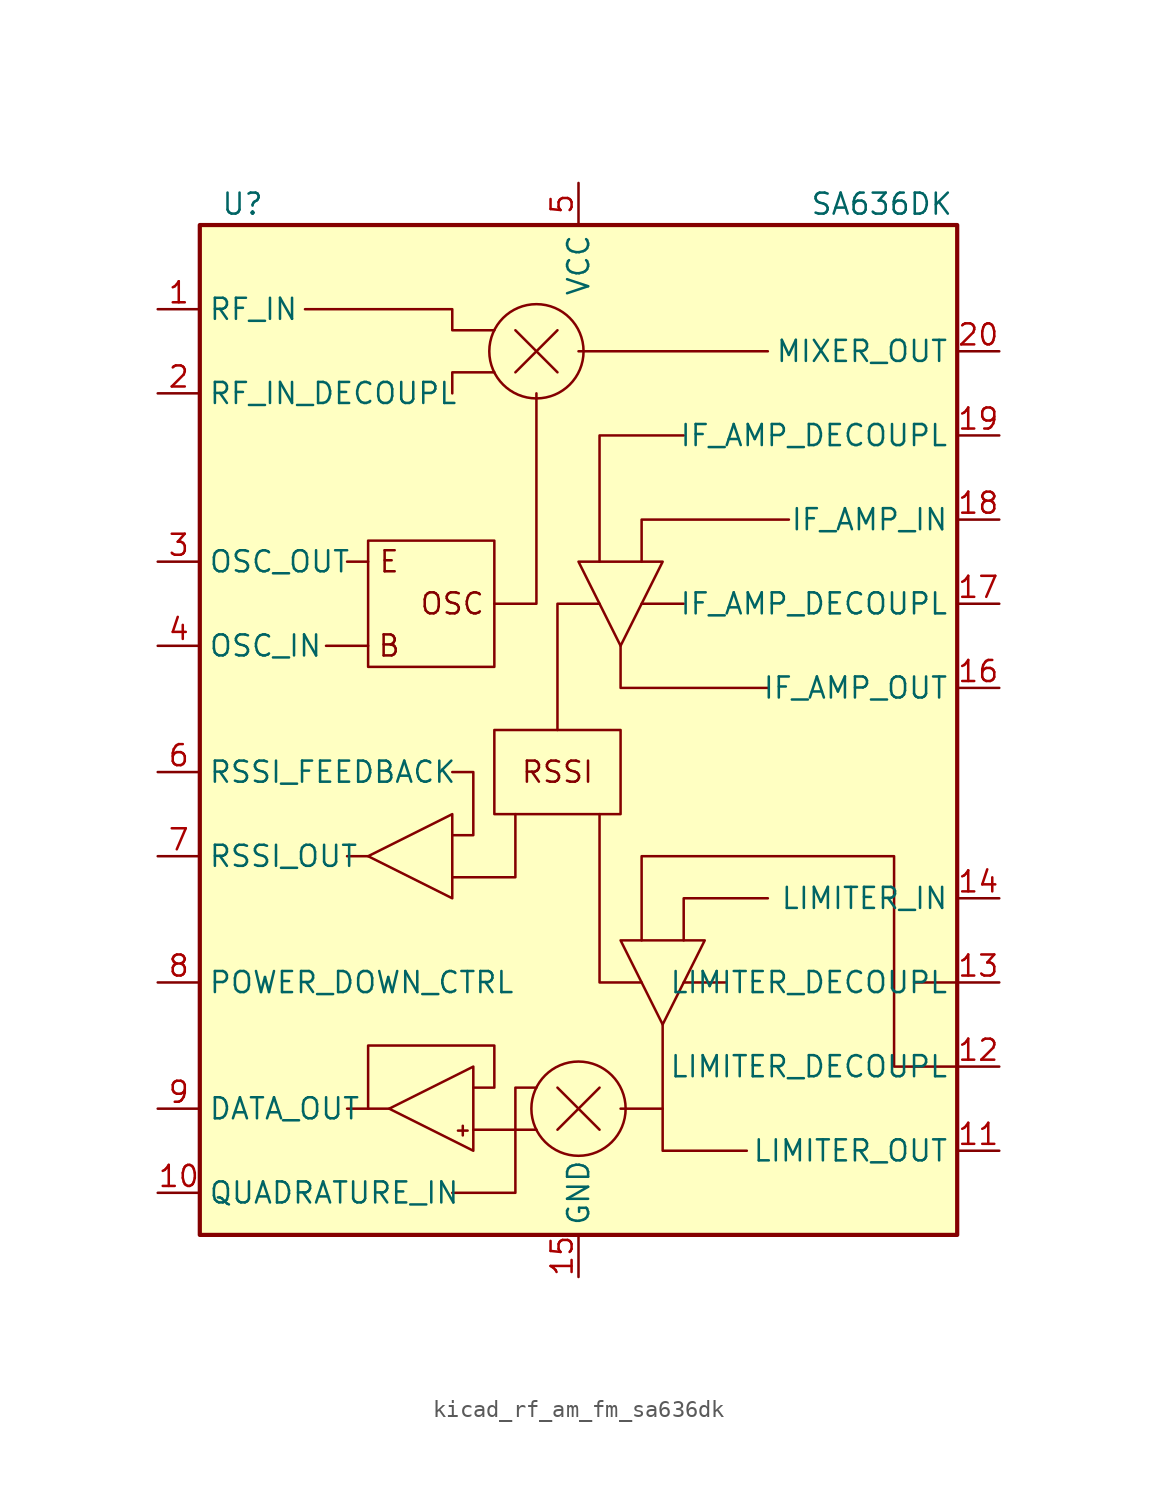
<source format=kicad_sym>
(kicad_symbol_lib
  (version 20220914)
  (generator kicad_symbol_editor)
  (symbol "kicad_rf_am_fm_sa636dk"
    (property "Reference" "U"
      (at -21.59 31.75 0)
      (effects (font (size 1.27 1.27)) (justify left)))
    (property "Value" "SA636DK"
      (at 13.97 31.75 0)
      (effects (font (size 1.27 1.27)) (justify left)))
    (symbol "kicad_rf_am_fm_sa636dk_0_0"
      (rectangle (start -12.7 11.43) (end -5.08 3.81) (stroke (width 0) (type default)) (fill (type none)))
      (rectangle (start -5.08 0) (end 2.54 -5.08) (stroke (width 0) (type default)) (fill (type none)))
      (polyline (pts (xy -15.24 5.08) (xy -12.7 5.08)) (stroke (width 0) (type default)) (fill (type none)))
      (polyline (pts (xy -13.97 -22.86) (xy -12.7 -22.86)) (stroke (width 0) (type default)) (fill (type none)))
      (polyline (pts (xy -13.97 -7.62) (xy -12.7 -7.62)) (stroke (width 0) (type default)) (fill (type none)))
      (polyline (pts (xy -13.97 10.16) (xy -12.7 10.16)) (stroke (width 0) (type default)) (fill (type none)))
      (polyline (pts (xy -11.43 -22.86) (xy -12.7 -22.86)) (stroke (width 0) (type default)) (fill (type none)))
      (polyline (pts (xy -6.35 -24.13) (xy -2.54 -24.13)) (stroke (width 0) (type default)) (fill (type none)))
      (polyline (pts (xy -7.62 -8.89) (xy -3.81 -8.89) (xy -3.81 -5.08)) (stroke (width 0) (type default)) (fill (type none)))
      (polyline (pts (xy -1.27 0) (xy -1.27 7.62) (xy 1.27 7.62)) (stroke (width 0) (type default)) (fill (type none)))
      (polyline (pts (xy 2.54 5.08) (xy 2.54 2.54) (xy 11.43 2.54)) (stroke (width 0) (type default)) (fill (type none)))
      (polyline (pts (xy 5.08 -17.78) (xy 5.08 -25.4) (xy 10.16 -25.4)) (stroke (width 0) (type default)) (fill (type none)))
      (polyline (pts (xy 0 10.16) (xy 5.08 10.16) (xy 2.54 5.08) (xy 0 10.16)) (stroke (width 0) (type default)) (fill (type none)))
      (polyline (pts (xy 2.54 -12.7) (xy 7.62 -12.7) (xy 5.08 -17.78) (xy 2.54 -12.7)) (stroke (width 0) (type default)) (fill (type none)))
      (polyline (pts (xy 22.86 -20.32) (xy 19.05 -20.32) (xy 19.05 -7.62) (xy 3.81 -7.62) (xy 3.81 -12.7)) (stroke (width 0) (type default)) (fill (type none)))
      (text "+" (at -6.985 -24.13 0) (effects (font (size 0.762 0.762))))
      (text "B" (at -11.43 5.08 0) (effects (font (size 1.27 1.27))))
      (text "E" (at -11.43 10.16 0) (effects (font (size 1.27 1.27))))
      (text "OSC" (at -7.62 7.62 0) (effects (font (size 1.27 1.27))))
      (text "RSSI" (at -1.27 -2.54 0) (effects (font (size 1.27 1.27)))))
    (symbol "kicad_rf_am_fm_sa636dk_0_1"
      (rectangle (start -22.86 30.48) (end 22.86 -30.48) (stroke (width 0.254) (type default)) (fill (type background)))
      (circle (center -2.54 22.86) (radius 2.845) (stroke (width 0) (type default)) (fill (type none)))
      (circle (center 0 -22.86) (radius 2.845) (stroke (width 0) (type default)) (fill (type none)))
      (polyline (pts (xy -3.81 21.59) (xy -1.27 24.13)) (stroke (width 0) (type default)) (fill (type none)))
      (polyline (pts (xy -3.81 24.13) (xy -1.27 21.59)) (stroke (width 0) (type default)) (fill (type none)))
      (polyline (pts (xy -1.27 -24.13) (xy 1.27 -21.59)) (stroke (width 0) (type default)) (fill (type none)))
      (polyline (pts (xy -1.27 -21.59) (xy 1.27 -24.13)) (stroke (width 0) (type default)) (fill (type none)))
      (polyline (pts (xy 2.54 -22.86) (xy 5.08 -22.86)) (stroke (width 0) (type default)) (fill (type none)))
      (polyline (pts (xy 6.35 -15.24) (xy 8.89 -15.24)) (stroke (width 0) (type default)) (fill (type none)))
      (polyline (pts (xy 6.35 7.62) (xy 3.81 7.62)) (stroke (width 0) (type default)) (fill (type none)))
      (polyline (pts (xy 11.43 22.86) (xy 0 22.86)) (stroke (width 0) (type default)) (fill (type none)))
      (polyline (pts (xy 22.86 -15.24) (xy 20.32 -15.24)) (stroke (width 0) (type default)) (fill (type none)))
      (polyline (pts (xy -7.62 20.32) (xy -7.62 21.59) (xy -5.08 21.59)) (stroke (width 0) (type default)) (fill (type none)))
      (polyline (pts (xy -2.54 20.32) (xy -2.54 7.62) (xy -5.08 7.62)) (stroke (width 0) (type default)) (fill (type none)))
      (polyline (pts (xy 1.27 -5.08) (xy 1.27 -15.24) (xy 3.81 -15.24)) (stroke (width 0) (type default)) (fill (type none)))
      (polyline (pts (xy 6.35 17.78) (xy 1.27 17.78) (xy 1.27 10.16)) (stroke (width 0) (type default)) (fill (type none)))
      (polyline (pts (xy 11.43 -10.16) (xy 6.35 -10.16) (xy 6.35 -12.7)) (stroke (width 0) (type default)) (fill (type none)))
      (polyline (pts (xy 12.7 12.7) (xy 3.81 12.7) (xy 3.81 10.16)) (stroke (width 0) (type default)) (fill (type none)))
      (polyline (pts (xy -16.51 25.4) (xy -7.62 25.4) (xy -7.62 24.13) (xy -5.08 24.13)) (stroke (width 0) (type default)) (fill (type none)))
      (polyline (pts (xy -7.62 -27.94) (xy -3.81 -27.94) (xy -3.81 -21.59) (xy -2.54 -21.59)) (stroke (width 0) (type default)) (fill (type none)))
      (polyline (pts (xy -7.62 -2.54) (xy -6.35 -2.54) (xy -6.35 -6.35) (xy -7.62 -6.35)) (stroke (width 0) (type default)) (fill (type none)))
      (polyline (pts (xy -6.35 -21.59) (xy -5.08 -21.59) (xy -5.08 -19.05) (xy -11.43 -19.05) (xy -12.7 -19.05) (xy -12.7 -22.86)) (stroke (width 0) (type default)) (fill (type none))))
    (symbol "kicad_rf_am_fm_sa636dk_1_0"
      (polyline (pts (xy -7.62 -5.08) (xy -7.62 -10.16) (xy -12.7 -7.62) (xy -7.62 -5.08)) (stroke (width 0) (type default)) (fill (type none)))
      (polyline (pts (xy -6.35 -20.32) (xy -6.35 -25.4) (xy -11.43 -22.86) (xy -6.35 -20.32)) (stroke (width 0) (type default)) (fill (type none))))
    (symbol "kicad_rf_am_fm_sa636dk_1_1"
      (pin input line (at -25.4 25.4 0) (length 2.54) (name "RF_IN" (effects (font (size 1.27 1.27)))) (number "1" (effects (font (size 1.27 1.27)))))
      (pin input line (at -25.4 -27.94 0) (length 2.54) (name "QUADRATURE_IN" (effects (font (size 1.27 1.27)))) (number "10" (effects (font (size 1.27 1.27)))))
      (pin output line (at 25.4 -25.4 180) (length 2.54) (name "LIMITER_OUT" (effects (font (size 1.27 1.27)))) (number "11" (effects (font (size 1.27 1.27)))))
      (pin passive line (at 25.4 -20.32 180) (length 2.54) (name "LIMITER_DECOUPL" (effects (font (size 1.27 1.27)))) (number "12" (effects (font (size 1.27 1.27)))))
      (pin passive line (at 25.4 -15.24 180) (length 2.54) (name "LIMITER_DECOUPL" (effects (font (size 1.27 1.27)))) (number "13" (effects (font (size 1.27 1.27)))))
      (pin input line (at 25.4 -10.16 180) (length 2.54) (name "LIMITER_IN" (effects (font (size 1.27 1.27)))) (number "14" (effects (font (size 1.27 1.27)))))
      (pin power_in line (at 0 -33.02 90) (length 2.54) (name "GND" (effects (font (size 1.27 1.27)))) (number "15" (effects (font (size 1.27 1.27)))))
      (pin output line (at 25.4 2.54 180) (length 2.54) (name "IF_AMP_OUT" (effects (font (size 1.27 1.27)))) (number "16" (effects (font (size 1.27 1.27)))))
      (pin passive line (at 25.4 7.62 180) (length 2.54) (name "IF_AMP_DECOUPL" (effects (font (size 1.27 1.27)))) (number "17" (effects (font (size 1.27 1.27)))))
      (pin input line (at 25.4 12.7 180) (length 2.54) (name "IF_AMP_IN" (effects (font (size 1.27 1.27)))) (number "18" (effects (font (size 1.27 1.27)))))
      (pin passive line (at 25.4 17.78 180) (length 2.54) (name "IF_AMP_DECOUPL" (effects (font (size 1.27 1.27)))) (number "19" (effects (font (size 1.27 1.27)))))
      (pin passive line (at -25.4 20.32 0) (length 2.54) (name "RF_IN_DECOUPL" (effects (font (size 1.27 1.27)))) (number "2" (effects (font (size 1.27 1.27)))))
      (pin output line (at 25.4 22.86 180) (length 2.54) (name "MIXER_OUT" (effects (font (size 1.27 1.27)))) (number "20" (effects (font (size 1.27 1.27)))))
      (pin output line (at -25.4 10.16 0) (length 2.54) (name "OSC_OUT" (effects (font (size 1.27 1.27)))) (number "3" (effects (font (size 1.27 1.27)))))
      (pin input line (at -25.4 5.08 0) (length 2.54) (name "OSC_IN" (effects (font (size 1.27 1.27)))) (number "4" (effects (font (size 1.27 1.27)))))
      (pin power_in line (at 0 33.02 270) (length 2.54) (name "VCC" (effects (font (size 1.27 1.27)))) (number "5" (effects (font (size 1.27 1.27)))))
      (pin input line (at -25.4 -2.54 0) (length 2.54) (name "RSSI_FEEDBACK" (effects (font (size 1.27 1.27)))) (number "6" (effects (font (size 1.27 1.27)))))
      (pin output line (at -25.4 -7.62 0) (length 2.54) (name "RSSI_OUT" (effects (font (size 1.27 1.27)))) (number "7" (effects (font (size 1.27 1.27)))))
      (pin input line (at -25.4 -15.24 0) (length 2.54) (name "POWER_DOWN_CTRL" (effects (font (size 1.27 1.27)))) (number "8" (effects (font (size 1.27 1.27)))))
      (pin output line (at -25.4 -22.86 0) (length 2.54) (name "DATA_OUT" (effects (font (size 1.27 1.27)))) (number "9" (effects (font (size 1.27 1.27))))))))
</source>
